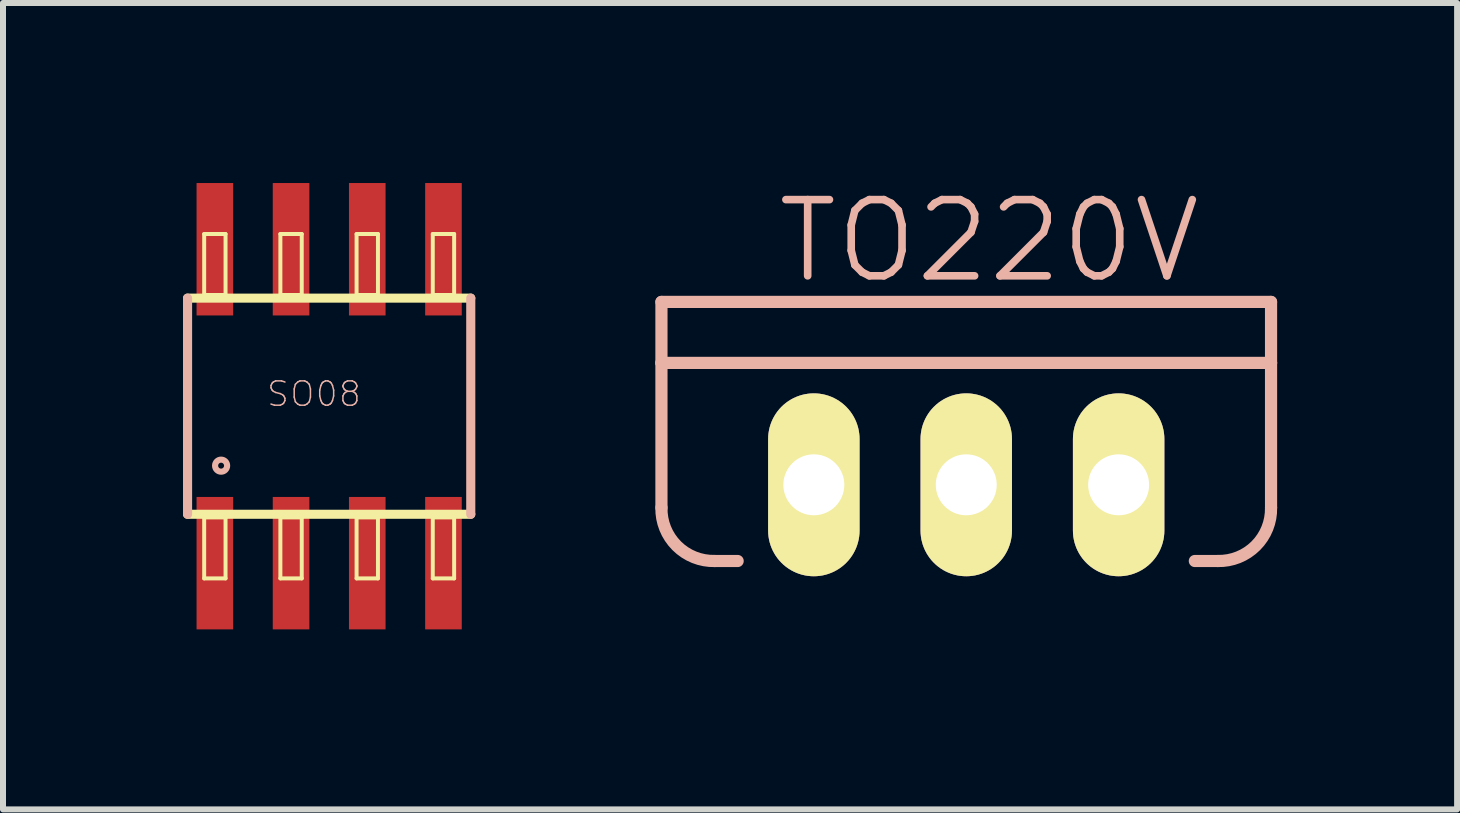
<source format=kicad_pcb>
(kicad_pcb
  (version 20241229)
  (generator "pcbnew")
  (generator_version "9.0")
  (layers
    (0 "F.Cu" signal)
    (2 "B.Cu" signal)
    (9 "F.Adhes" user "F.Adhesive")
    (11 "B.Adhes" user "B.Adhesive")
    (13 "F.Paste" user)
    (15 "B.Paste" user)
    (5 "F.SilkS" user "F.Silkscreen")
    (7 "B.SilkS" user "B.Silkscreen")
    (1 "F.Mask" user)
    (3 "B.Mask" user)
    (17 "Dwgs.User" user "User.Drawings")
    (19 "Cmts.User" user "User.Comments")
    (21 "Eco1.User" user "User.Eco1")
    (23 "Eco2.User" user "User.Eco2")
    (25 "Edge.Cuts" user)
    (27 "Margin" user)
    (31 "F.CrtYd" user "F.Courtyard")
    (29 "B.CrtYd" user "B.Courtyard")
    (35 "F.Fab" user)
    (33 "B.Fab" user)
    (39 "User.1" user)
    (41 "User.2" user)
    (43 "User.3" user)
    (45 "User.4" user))
  (footprint "TO220V"
    (layer "F.Cu")
    (at 13.054 5.03)
    (property "Reference" "TO220V" (at 0.381 -4.064 0) (layer "B.SilkS") (effects (font (size 1.27 1.27) (thickness 0.127))))
    (attr exclude_from_pos_files exclude_from_bom)
    (fp_line (start -5.08 -3.048) (end 5.08 -3.048) (stroke (width 0.066) (type solid)) (layer "B.SilkS"))
    (fp_line (start -5.08 -3.048) (end 5.08 -3.048) (stroke (width 0.203) (type solid)) (layer "B.SilkS"))
    (fp_line (start -5.08 -2.032) (end -5.08 -3.048) (stroke (width 0.066) (type solid)) (layer "B.SilkS"))
    (fp_line (start -5.08 -2.032) (end -5.08 -3.048) (stroke (width 0.203) (type solid)) (layer "B.SilkS"))
    (fp_line (start -5.08 -2.032) (end -5.08 0.381) (stroke (width 0.203) (type solid)) (layer "B.SilkS"))
    (fp_line (start -5.08 -2.032) (end 5.08 -2.032) (stroke (width 0.066) (type solid)) (layer "B.SilkS"))
    (fp_line (start -4.191 1.27) (end -3.81 1.27) (stroke (width 0.203) (type solid)) (layer "B.SilkS"))
    (fp_line (start 4.191 1.27) (end 3.81 1.27) (stroke (width 0.203) (type solid)) (layer "B.SilkS"))
    (fp_line (start 5.08 -3.048) (end 5.08 -2.032) (stroke (width 0.203) (type solid)) (layer "B.SilkS"))
    (fp_line (start 5.08 -2.032) (end -5.08 -2.032) (stroke (width 0.203) (type solid)) (layer "B.SilkS"))
    (fp_line (start 5.08 -2.032) (end 5.08 -3.048) (stroke (width 0.066) (type solid)) (layer "B.SilkS"))
    (fp_line (start 5.08 -2.032) (end 5.08 0.381) (stroke (width 0.203) (type solid)) (layer "B.SilkS"))
    (fp_arc (start -4.191 1.27) (mid -4.825845 1.01563) (end -5.079993 0.380697) (stroke (width 0.2032) (type solid)) (layer "B.SilkS"))
    (fp_arc (start 5.08 0.381) (mid 4.82563 1.015845) (end 4.190697 1.269993) (stroke (width 0.2032) (type solid)) (layer "B.SilkS"))
    (pad "1" thru_hole oval (at -2.54 0 180) (size 1.524 3.048) (drill 1.016) (layers "*.Cu" "F.Mask" "F.SilkS" "F.Paste"))
    (pad "2" thru_hole oval (at 0 0 180) (size 1.524 3.048) (drill 1.016) (layers "*.Cu" "F.Mask" "F.SilkS" "F.Paste"))
    (pad "3" thru_hole oval (at 2.54 0 180) (size 1.524 3.048) (drill 1.016) (layers "*.Cu" "F.Mask" "F.SilkS" "F.Paste")))
  (footprint "SO08"
    (layer "F.Cu")
    (at 2.436 3.72)
    (property "Reference" "SO08" (at -0.254 -0.203 0) (layer "B.SilkS") (effects (font (size 0.406 0.406) (thickness 0.025))))
    (attr smd)
    (fp_line (start -2.36 1.801) (end 2.36 1.801) (stroke (width 0.152) (type solid)) (layer "F.SilkS"))
    (fp_line (start -2.083 -2.87) (end -1.727 -2.87) (stroke (width 0.066) (type solid)) (layer "F.SilkS"))
    (fp_line (start -2.083 -1.854) (end -2.083 -2.87) (stroke (width 0.066) (type solid)) (layer "F.SilkS"))
    (fp_line (start -2.083 -1.854) (end -1.727 -1.854) (stroke (width 0.066) (type solid)) (layer "F.SilkS"))
    (fp_line (start -2.083 1.854) (end -1.727 1.854) (stroke (width 0.066) (type solid)) (layer "F.SilkS"))
    (fp_line (start -2.083 2.87) (end -2.083 1.854) (stroke (width 0.066) (type solid)) (layer "F.SilkS"))
    (fp_line (start -2.083 2.87) (end -1.727 2.87) (stroke (width 0.066) (type solid)) (layer "F.SilkS"))
    (fp_line (start -1.727 -1.854) (end -1.727 -2.87) (stroke (width 0.066) (type solid)) (layer "F.SilkS"))
    (fp_line (start -1.727 2.87) (end -1.727 1.854) (stroke (width 0.066) (type solid)) (layer "F.SilkS"))
    (fp_line (start -0.813 -2.87) (end -0.457 -2.87) (stroke (width 0.066) (type solid)) (layer "F.SilkS"))
    (fp_line (start -0.813 -1.854) (end -0.813 -2.87) (stroke (width 0.066) (type solid)) (layer "F.SilkS"))
    (fp_line (start -0.813 -1.854) (end -0.457 -1.854) (stroke (width 0.066) (type solid)) (layer "F.SilkS"))
    (fp_line (start -0.813 1.854) (end -0.457 1.854) (stroke (width 0.066) (type solid)) (layer "F.SilkS"))
    (fp_line (start -0.813 2.87) (end -0.813 1.854) (stroke (width 0.066) (type solid)) (layer "F.SilkS"))
    (fp_line (start -0.813 2.87) (end -0.457 2.87) (stroke (width 0.066) (type solid)) (layer "F.SilkS"))
    (fp_line (start -0.457 -1.854) (end -0.457 -2.87) (stroke (width 0.066) (type solid)) (layer "F.SilkS"))
    (fp_line (start -0.457 2.87) (end -0.457 1.854) (stroke (width 0.066) (type solid)) (layer "F.SilkS"))
    (fp_line (start 0.457 -2.87) (end 0.813 -2.87) (stroke (width 0.066) (type solid)) (layer "F.SilkS"))
    (fp_line (start 0.457 -1.854) (end 0.457 -2.87) (stroke (width 0.066) (type solid)) (layer "F.SilkS"))
    (fp_line (start 0.457 -1.854) (end 0.813 -1.854) (stroke (width 0.066) (type solid)) (layer "F.SilkS"))
    (fp_line (start 0.457 1.854) (end 0.813 1.854) (stroke (width 0.066) (type solid)) (layer "F.SilkS"))
    (fp_line (start 0.457 2.87) (end 0.457 1.854) (stroke (width 0.066) (type solid)) (layer "F.SilkS"))
    (fp_line (start 0.457 2.87) (end 0.813 2.87) (stroke (width 0.066) (type solid)) (layer "F.SilkS"))
    (fp_line (start 0.813 -1.854) (end 0.813 -2.87) (stroke (width 0.066) (type solid)) (layer "F.SilkS"))
    (fp_line (start 0.813 2.87) (end 0.813 1.854) (stroke (width 0.066) (type solid)) (layer "F.SilkS"))
    (fp_line (start 1.727 -2.87) (end 2.083 -2.87) (stroke (width 0.066) (type solid)) (layer "F.SilkS"))
    (fp_line (start 1.727 -1.854) (end 1.727 -2.87) (stroke (width 0.066) (type solid)) (layer "F.SilkS"))
    (fp_line (start 1.727 -1.854) (end 2.083 -1.854) (stroke (width 0.066) (type solid)) (layer "F.SilkS"))
    (fp_line (start 1.727 1.854) (end 2.083 1.854) (stroke (width 0.066) (type solid)) (layer "F.SilkS"))
    (fp_line (start 1.727 2.87) (end 1.727 1.854) (stroke (width 0.066) (type solid)) (layer "F.SilkS"))
    (fp_line (start 1.727 2.87) (end 2.083 2.87) (stroke (width 0.066) (type solid)) (layer "F.SilkS"))
    (fp_line (start 2.083 -1.854) (end 2.083 -2.87) (stroke (width 0.066) (type solid)) (layer "F.SilkS"))
    (fp_line (start 2.083 2.87) (end 2.083 1.854) (stroke (width 0.066) (type solid)) (layer "F.SilkS"))
    (fp_line (start 2.36 -1.801) (end -2.36 -1.801) (stroke (width 0.152) (type solid)) (layer "F.SilkS"))
    (fp_line (start -2.36 -1.801) (end -2.36 1.801) (stroke (width 0.152) (type solid)) (layer "B.SilkS"))
    (fp_line (start 2.36 1.801) (end 2.36 -1.801) (stroke (width 0.152) (type solid)) (layer "B.SilkS"))
    (fp_circle (center -1.801 0.991) (end -1.872 1.062) (stroke (width 0.102) (type solid)) (fill no) (layer "B.SilkS"))
    (pad "1" smd rect (at -1.905 2.616) (size 0.61 2.207) (layers "F.Cu" "F.Mask" "F.Paste"))
    (pad "2" smd rect (at -0.635 2.616) (size 0.61 2.207) (layers "F.Cu" "F.Mask" "F.Paste"))
    (pad "3" smd rect (at 0.635 2.616) (size 0.61 2.207) (layers "F.Cu" "F.Mask" "F.Paste"))
    (pad "4" smd rect (at 1.905 2.616) (size 0.61 2.207) (layers "F.Cu" "F.Mask" "F.Paste"))
    (pad "5" smd rect (at 1.905 -2.616) (size 0.61 2.207) (layers "F.Cu" "F.Mask" "F.Paste"))
    (pad "6" smd rect (at 0.635 -2.616) (size 0.61 2.207) (layers "F.Cu" "F.Mask" "F.Paste"))
    (pad "7" smd rect (at -0.635 -2.616) (size 0.61 2.207) (layers "F.Cu" "F.Mask" "F.Paste"))
    (pad "8" smd rect (at -1.905 -2.616) (size 0.61 2.207) (layers "F.Cu" "F.Mask" "F.Paste")))
  (gr_rect
    (start -3 -3)
    (end 21.235 10.44)
    (stroke (width 0.1) (type default))
    (fill no)
    (layer "Edge.Cuts")))
</source>
